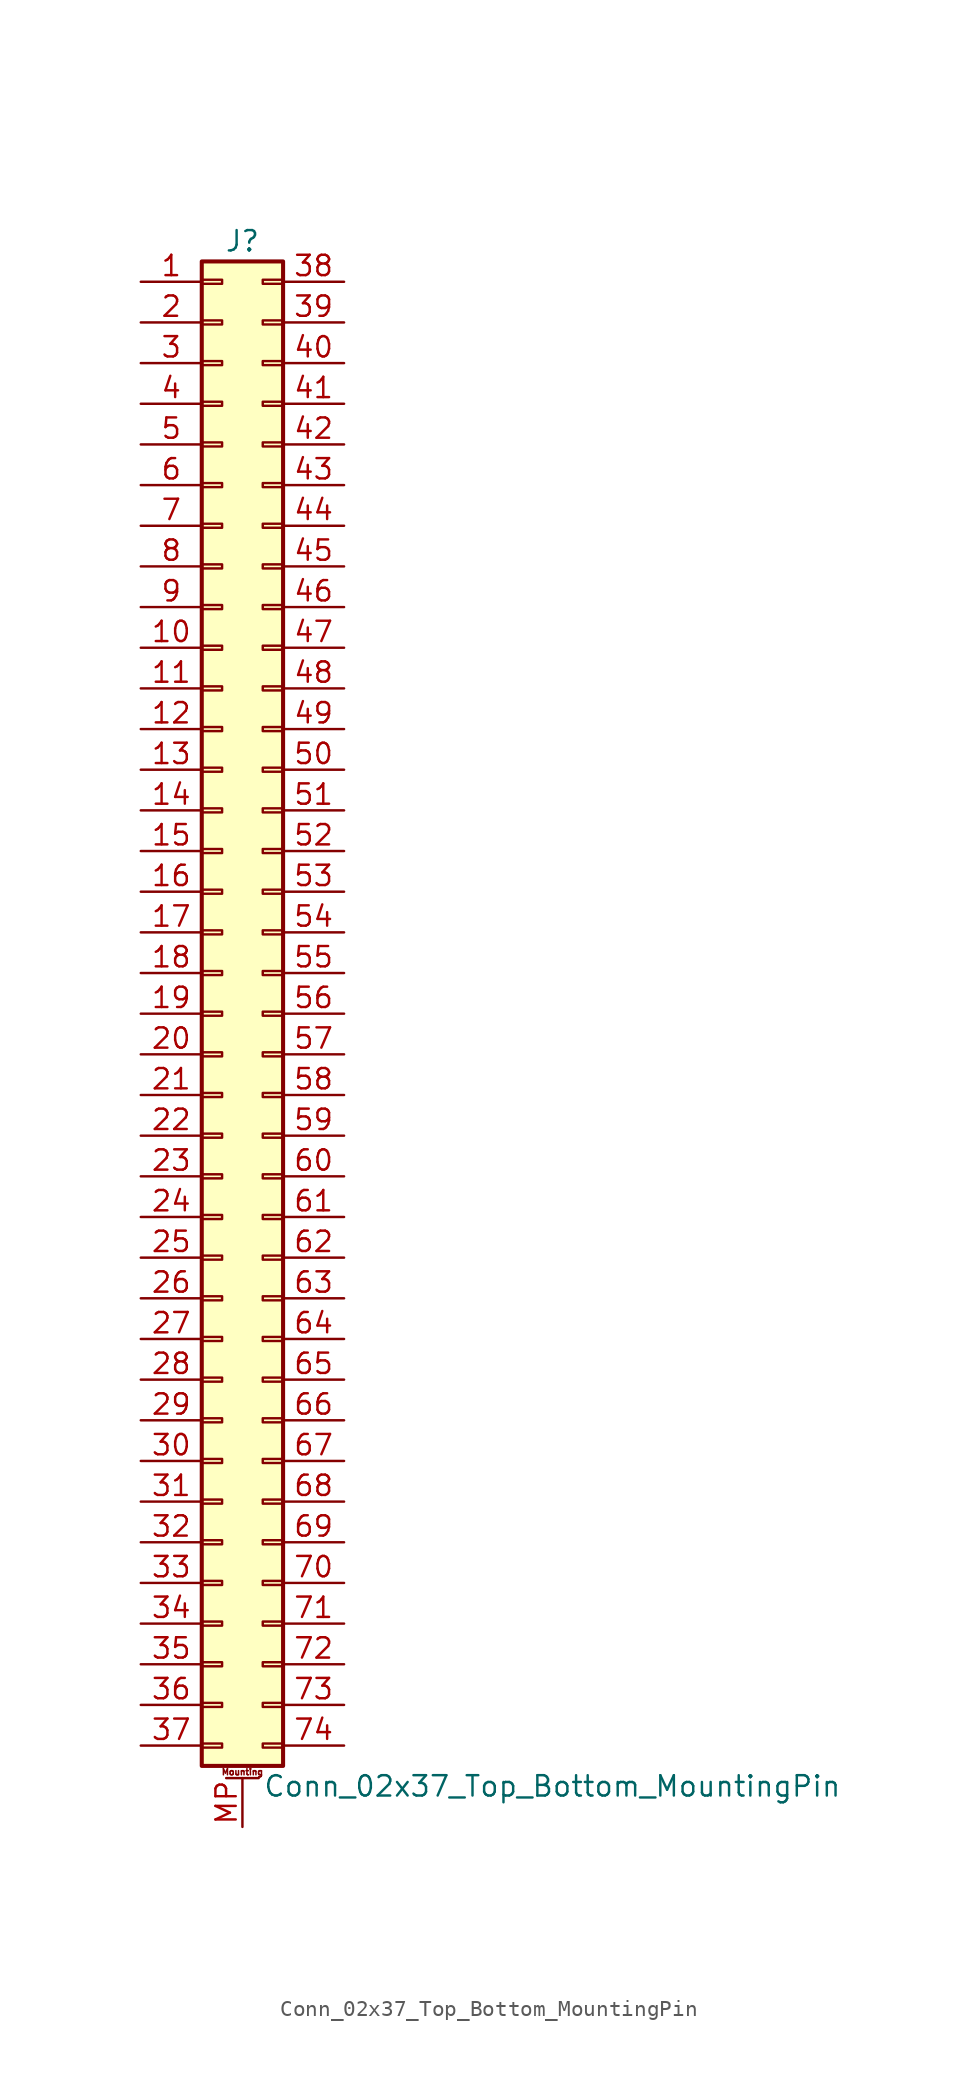
<source format=kicad_sym>
(kicad_symbol_lib
  (version 20211014)
  (generator kicad_symbol_editor)
  (symbol "Conn_02x37_Top_Bottom_MountingPin"
    (pin_names
      (offset 1.016) hide)
    (property "Reference" "J"
      (at 1.27 48.26 0)
      (effects (font (size 1.27 1.27))))
    (property "Value" "Conn_02x37_Top_Bottom_MountingPin"
      (at 2.54 -48.26 0)
      (effects (font (size 1.27 1.27)) (justify left)))
    (symbol "Conn_02x37_Top_Bottom_MountingPin_1_1"
      (rectangle (start -1.27 -45.593) (end 0 -45.847) (stroke (width 0.152) (type default) (color 0 0 0 0)) (fill (type none)))
      (rectangle (start -1.27 -43.053) (end 0 -43.307) (stroke (width 0.152) (type default) (color 0 0 0 0)) (fill (type none)))
      (rectangle (start -1.27 -40.513) (end 0 -40.767) (stroke (width 0.152) (type default) (color 0 0 0 0)) (fill (type none)))
      (rectangle (start -1.27 -37.973) (end 0 -38.227) (stroke (width 0.152) (type default) (color 0 0 0 0)) (fill (type none)))
      (rectangle (start -1.27 -35.433) (end 0 -35.687) (stroke (width 0.152) (type default) (color 0 0 0 0)) (fill (type none)))
      (rectangle (start -1.27 -32.893) (end 0 -33.147) (stroke (width 0.152) (type default) (color 0 0 0 0)) (fill (type none)))
      (rectangle (start -1.27 -30.353) (end 0 -30.607) (stroke (width 0.152) (type default) (color 0 0 0 0)) (fill (type none)))
      (rectangle (start -1.27 -27.813) (end 0 -28.067) (stroke (width 0.152) (type default) (color 0 0 0 0)) (fill (type none)))
      (rectangle (start -1.27 -25.273) (end 0 -25.527) (stroke (width 0.152) (type default) (color 0 0 0 0)) (fill (type none)))
      (rectangle (start -1.27 -22.733) (end 0 -22.987) (stroke (width 0.152) (type default) (color 0 0 0 0)) (fill (type none)))
      (rectangle (start -1.27 -20.193) (end 0 -20.447) (stroke (width 0.152) (type default) (color 0 0 0 0)) (fill (type none)))
      (rectangle (start -1.27 -17.653) (end 0 -17.907) (stroke (width 0.152) (type default) (color 0 0 0 0)) (fill (type none)))
      (rectangle (start -1.27 -15.113) (end 0 -15.367) (stroke (width 0.152) (type default) (color 0 0 0 0)) (fill (type none)))
      (rectangle (start -1.27 -12.573) (end 0 -12.827) (stroke (width 0.152) (type default) (color 0 0 0 0)) (fill (type none)))
      (rectangle (start -1.27 -10.033) (end 0 -10.287) (stroke (width 0.152) (type default) (color 0 0 0 0)) (fill (type none)))
      (rectangle (start -1.27 -7.493) (end 0 -7.747) (stroke (width 0.152) (type default) (color 0 0 0 0)) (fill (type none)))
      (rectangle (start -1.27 -4.953) (end 0 -5.207) (stroke (width 0.152) (type default) (color 0 0 0 0)) (fill (type none)))
      (rectangle (start -1.27 -2.413) (end 0 -2.667) (stroke (width 0.152) (type default) (color 0 0 0 0)) (fill (type none)))
      (rectangle (start -1.27 0.127) (end 0 -0.127) (stroke (width 0.152) (type default) (color 0 0 0 0)) (fill (type none)))
      (rectangle (start -1.27 2.667) (end 0 2.413) (stroke (width 0.152) (type default) (color 0 0 0 0)) (fill (type none)))
      (rectangle (start -1.27 5.207) (end 0 4.953) (stroke (width 0.152) (type default) (color 0 0 0 0)) (fill (type none)))
      (rectangle (start -1.27 7.747) (end 0 7.493) (stroke (width 0.152) (type default) (color 0 0 0 0)) (fill (type none)))
      (rectangle (start -1.27 10.287) (end 0 10.033) (stroke (width 0.152) (type default) (color 0 0 0 0)) (fill (type none)))
      (rectangle (start -1.27 12.827) (end 0 12.573) (stroke (width 0.152) (type default) (color 0 0 0 0)) (fill (type none)))
      (rectangle (start -1.27 15.367) (end 0 15.113) (stroke (width 0.152) (type default) (color 0 0 0 0)) (fill (type none)))
      (rectangle (start -1.27 17.907) (end 0 17.653) (stroke (width 0.152) (type default) (color 0 0 0 0)) (fill (type none)))
      (rectangle (start -1.27 20.447) (end 0 20.193) (stroke (width 0.152) (type default) (color 0 0 0 0)) (fill (type none)))
      (rectangle (start -1.27 22.987) (end 0 22.733) (stroke (width 0.152) (type default) (color 0 0 0 0)) (fill (type none)))
      (rectangle (start -1.27 25.527) (end 0 25.273) (stroke (width 0.152) (type default) (color 0 0 0 0)) (fill (type none)))
      (rectangle (start -1.27 28.067) (end 0 27.813) (stroke (width 0.152) (type default) (color 0 0 0 0)) (fill (type none)))
      (rectangle (start -1.27 30.607) (end 0 30.353) (stroke (width 0.152) (type default) (color 0 0 0 0)) (fill (type none)))
      (rectangle (start -1.27 33.147) (end 0 32.893) (stroke (width 0.152) (type default) (color 0 0 0 0)) (fill (type none)))
      (rectangle (start -1.27 35.687) (end 0 35.433) (stroke (width 0.152) (type default) (color 0 0 0 0)) (fill (type none)))
      (rectangle (start -1.27 38.227) (end 0 37.973) (stroke (width 0.152) (type default) (color 0 0 0 0)) (fill (type none)))
      (rectangle (start -1.27 40.767) (end 0 40.513) (stroke (width 0.152) (type default) (color 0 0 0 0)) (fill (type none)))
      (rectangle (start -1.27 43.307) (end 0 43.053) (stroke (width 0.152) (type default) (color 0 0 0 0)) (fill (type none)))
      (rectangle (start -1.27 45.847) (end 0 45.593) (stroke (width 0.152) (type default) (color 0 0 0 0)) (fill (type none)))
      (rectangle (start -1.27 46.99) (end 3.81 -46.99) (stroke (width 0.254) (type default) (color 0 0 0 0)) (fill (type background)))
      (polyline (pts (xy 0.254 -47.752) (xy 2.286 -47.752)) (stroke (width 0.152) (type default) (color 0 0 0 0)) (fill (type none)))
      (rectangle (start 3.81 -45.593) (end 2.54 -45.847) (stroke (width 0.152) (type default) (color 0 0 0 0)) (fill (type none)))
      (rectangle (start 3.81 -43.053) (end 2.54 -43.307) (stroke (width 0.152) (type default) (color 0 0 0 0)) (fill (type none)))
      (rectangle (start 3.81 -40.513) (end 2.54 -40.767) (stroke (width 0.152) (type default) (color 0 0 0 0)) (fill (type none)))
      (rectangle (start 3.81 -37.973) (end 2.54 -38.227) (stroke (width 0.152) (type default) (color 0 0 0 0)) (fill (type none)))
      (rectangle (start 3.81 -35.433) (end 2.54 -35.687) (stroke (width 0.152) (type default) (color 0 0 0 0)) (fill (type none)))
      (rectangle (start 3.81 -32.893) (end 2.54 -33.147) (stroke (width 0.152) (type default) (color 0 0 0 0)) (fill (type none)))
      (rectangle (start 3.81 -30.353) (end 2.54 -30.607) (stroke (width 0.152) (type default) (color 0 0 0 0)) (fill (type none)))
      (rectangle (start 3.81 -27.813) (end 2.54 -28.067) (stroke (width 0.152) (type default) (color 0 0 0 0)) (fill (type none)))
      (rectangle (start 3.81 -25.273) (end 2.54 -25.527) (stroke (width 0.152) (type default) (color 0 0 0 0)) (fill (type none)))
      (rectangle (start 3.81 -22.733) (end 2.54 -22.987) (stroke (width 0.152) (type default) (color 0 0 0 0)) (fill (type none)))
      (rectangle (start 3.81 -20.193) (end 2.54 -20.447) (stroke (width 0.152) (type default) (color 0 0 0 0)) (fill (type none)))
      (rectangle (start 3.81 -17.653) (end 2.54 -17.907) (stroke (width 0.152) (type default) (color 0 0 0 0)) (fill (type none)))
      (rectangle (start 3.81 -15.113) (end 2.54 -15.367) (stroke (width 0.152) (type default) (color 0 0 0 0)) (fill (type none)))
      (rectangle (start 3.81 -12.573) (end 2.54 -12.827) (stroke (width 0.152) (type default) (color 0 0 0 0)) (fill (type none)))
      (rectangle (start 3.81 -10.033) (end 2.54 -10.287) (stroke (width 0.152) (type default) (color 0 0 0 0)) (fill (type none)))
      (rectangle (start 3.81 -7.493) (end 2.54 -7.747) (stroke (width 0.152) (type default) (color 0 0 0 0)) (fill (type none)))
      (rectangle (start 3.81 -4.953) (end 2.54 -5.207) (stroke (width 0.152) (type default) (color 0 0 0 0)) (fill (type none)))
      (rectangle (start 3.81 -2.413) (end 2.54 -2.667) (stroke (width 0.152) (type default) (color 0 0 0 0)) (fill (type none)))
      (rectangle (start 3.81 0.127) (end 2.54 -0.127) (stroke (width 0.152) (type default) (color 0 0 0 0)) (fill (type none)))
      (rectangle (start 3.81 2.667) (end 2.54 2.413) (stroke (width 0.152) (type default) (color 0 0 0 0)) (fill (type none)))
      (rectangle (start 3.81 5.207) (end 2.54 4.953) (stroke (width 0.152) (type default) (color 0 0 0 0)) (fill (type none)))
      (rectangle (start 3.81 7.747) (end 2.54 7.493) (stroke (width 0.152) (type default) (color 0 0 0 0)) (fill (type none)))
      (rectangle (start 3.81 10.287) (end 2.54 10.033) (stroke (width 0.152) (type default) (color 0 0 0 0)) (fill (type none)))
      (rectangle (start 3.81 12.827) (end 2.54 12.573) (stroke (width 0.152) (type default) (color 0 0 0 0)) (fill (type none)))
      (rectangle (start 3.81 15.367) (end 2.54 15.113) (stroke (width 0.152) (type default) (color 0 0 0 0)) (fill (type none)))
      (rectangle (start 3.81 17.907) (end 2.54 17.653) (stroke (width 0.152) (type default) (color 0 0 0 0)) (fill (type none)))
      (rectangle (start 3.81 20.447) (end 2.54 20.193) (stroke (width 0.152) (type default) (color 0 0 0 0)) (fill (type none)))
      (rectangle (start 3.81 22.987) (end 2.54 22.733) (stroke (width 0.152) (type default) (color 0 0 0 0)) (fill (type none)))
      (rectangle (start 3.81 25.527) (end 2.54 25.273) (stroke (width 0.152) (type default) (color 0 0 0 0)) (fill (type none)))
      (rectangle (start 3.81 28.067) (end 2.54 27.813) (stroke (width 0.152) (type default) (color 0 0 0 0)) (fill (type none)))
      (rectangle (start 3.81 30.607) (end 2.54 30.353) (stroke (width 0.152) (type default) (color 0 0 0 0)) (fill (type none)))
      (rectangle (start 3.81 33.147) (end 2.54 32.893) (stroke (width 0.152) (type default) (color 0 0 0 0)) (fill (type none)))
      (rectangle (start 3.81 35.687) (end 2.54 35.433) (stroke (width 0.152) (type default) (color 0 0 0 0)) (fill (type none)))
      (rectangle (start 3.81 38.227) (end 2.54 37.973) (stroke (width 0.152) (type default) (color 0 0 0 0)) (fill (type none)))
      (rectangle (start 3.81 40.767) (end 2.54 40.513) (stroke (width 0.152) (type default) (color 0 0 0 0)) (fill (type none)))
      (rectangle (start 3.81 43.307) (end 2.54 43.053) (stroke (width 0.152) (type default) (color 0 0 0 0)) (fill (type none)))
      (rectangle (start 3.81 45.847) (end 2.54 45.593) (stroke (width 0.152) (type default) (color 0 0 0 0)) (fill (type none)))
      (text "Mounting" (at 1.27 -47.371 0) (effects (font (size 0.381 0.381))))
      (pin passive line (at -5.08 45.72 0) (length 3.81) (name "Pin_1" (effects (font (size 1.27 1.27)))) (number "1" (effects (font (size 1.27 1.27)))))
      (pin passive line (at -5.08 22.86 0) (length 3.81) (name "Pin_10" (effects (font (size 1.27 1.27)))) (number "10" (effects (font (size 1.27 1.27)))))
      (pin passive line (at -5.08 20.32 0) (length 3.81) (name "Pin_11" (effects (font (size 1.27 1.27)))) (number "11" (effects (font (size 1.27 1.27)))))
      (pin passive line (at -5.08 17.78 0) (length 3.81) (name "Pin_12" (effects (font (size 1.27 1.27)))) (number "12" (effects (font (size 1.27 1.27)))))
      (pin passive line (at -5.08 15.24 0) (length 3.81) (name "Pin_13" (effects (font (size 1.27 1.27)))) (number "13" (effects (font (size 1.27 1.27)))))
      (pin passive line (at -5.08 12.7 0) (length 3.81) (name "Pin_14" (effects (font (size 1.27 1.27)))) (number "14" (effects (font (size 1.27 1.27)))))
      (pin passive line (at -5.08 10.16 0) (length 3.81) (name "Pin_15" (effects (font (size 1.27 1.27)))) (number "15" (effects (font (size 1.27 1.27)))))
      (pin passive line (at -5.08 7.62 0) (length 3.81) (name "Pin_16" (effects (font (size 1.27 1.27)))) (number "16" (effects (font (size 1.27 1.27)))))
      (pin passive line (at -5.08 5.08 0) (length 3.81) (name "Pin_17" (effects (font (size 1.27 1.27)))) (number "17" (effects (font (size 1.27 1.27)))))
      (pin passive line (at -5.08 2.54 0) (length 3.81) (name "Pin_18" (effects (font (size 1.27 1.27)))) (number "18" (effects (font (size 1.27 1.27)))))
      (pin passive line (at -5.08 0 0) (length 3.81) (name "Pin_19" (effects (font (size 1.27 1.27)))) (number "19" (effects (font (size 1.27 1.27)))))
      (pin passive line (at -5.08 43.18 0) (length 3.81) (name "Pin_2" (effects (font (size 1.27 1.27)))) (number "2" (effects (font (size 1.27 1.27)))))
      (pin passive line (at -5.08 -2.54 0) (length 3.81) (name "Pin_20" (effects (font (size 1.27 1.27)))) (number "20" (effects (font (size 1.27 1.27)))))
      (pin passive line (at -5.08 -5.08 0) (length 3.81) (name "Pin_21" (effects (font (size 1.27 1.27)))) (number "21" (effects (font (size 1.27 1.27)))))
      (pin passive line (at -5.08 -7.62 0) (length 3.81) (name "Pin_22" (effects (font (size 1.27 1.27)))) (number "22" (effects (font (size 1.27 1.27)))))
      (pin passive line (at -5.08 -10.16 0) (length 3.81) (name "Pin_23" (effects (font (size 1.27 1.27)))) (number "23" (effects (font (size 1.27 1.27)))))
      (pin passive line (at -5.08 -12.7 0) (length 3.81) (name "Pin_24" (effects (font (size 1.27 1.27)))) (number "24" (effects (font (size 1.27 1.27)))))
      (pin passive line (at -5.08 -15.24 0) (length 3.81) (name "Pin_25" (effects (font (size 1.27 1.27)))) (number "25" (effects (font (size 1.27 1.27)))))
      (pin passive line (at -5.08 -17.78 0) (length 3.81) (name "Pin_26" (effects (font (size 1.27 1.27)))) (number "26" (effects (font (size 1.27 1.27)))))
      (pin passive line (at -5.08 -20.32 0) (length 3.81) (name "Pin_27" (effects (font (size 1.27 1.27)))) (number "27" (effects (font (size 1.27 1.27)))))
      (pin passive line (at -5.08 -22.86 0) (length 3.81) (name "Pin_28" (effects (font (size 1.27 1.27)))) (number "28" (effects (font (size 1.27 1.27)))))
      (pin passive line (at -5.08 -25.4 0) (length 3.81) (name "Pin_29" (effects (font (size 1.27 1.27)))) (number "29" (effects (font (size 1.27 1.27)))))
      (pin passive line (at -5.08 40.64 0) (length 3.81) (name "Pin_3" (effects (font (size 1.27 1.27)))) (number "3" (effects (font (size 1.27 1.27)))))
      (pin passive line (at -5.08 -27.94 0) (length 3.81) (name "Pin_30" (effects (font (size 1.27 1.27)))) (number "30" (effects (font (size 1.27 1.27)))))
      (pin passive line (at -5.08 -30.48 0) (length 3.81) (name "Pin_31" (effects (font (size 1.27 1.27)))) (number "31" (effects (font (size 1.27 1.27)))))
      (pin passive line (at -5.08 -33.02 0) (length 3.81) (name "Pin_32" (effects (font (size 1.27 1.27)))) (number "32" (effects (font (size 1.27 1.27)))))
      (pin passive line (at -5.08 -35.56 0) (length 3.81) (name "Pin_33" (effects (font (size 1.27 1.27)))) (number "33" (effects (font (size 1.27 1.27)))))
      (pin passive line (at -5.08 -38.1 0) (length 3.81) (name "Pin_34" (effects (font (size 1.27 1.27)))) (number "34" (effects (font (size 1.27 1.27)))))
      (pin passive line (at -5.08 -40.64 0) (length 3.81) (name "Pin_35" (effects (font (size 1.27 1.27)))) (number "35" (effects (font (size 1.27 1.27)))))
      (pin passive line (at -5.08 -43.18 0) (length 3.81) (name "Pin_36" (effects (font (size 1.27 1.27)))) (number "36" (effects (font (size 1.27 1.27)))))
      (pin passive line (at -5.08 -45.72 0) (length 3.81) (name "Pin_37" (effects (font (size 1.27 1.27)))) (number "37" (effects (font (size 1.27 1.27)))))
      (pin passive line (at 7.62 45.72 180) (length 3.81) (name "Pin_38" (effects (font (size 1.27 1.27)))) (number "38" (effects (font (size 1.27 1.27)))))
      (pin passive line (at 7.62 43.18 180) (length 3.81) (name "Pin_39" (effects (font (size 1.27 1.27)))) (number "39" (effects (font (size 1.27 1.27)))))
      (pin passive line (at -5.08 38.1 0) (length 3.81) (name "Pin_4" (effects (font (size 1.27 1.27)))) (number "4" (effects (font (size 1.27 1.27)))))
      (pin passive line (at 7.62 40.64 180) (length 3.81) (name "Pin_40" (effects (font (size 1.27 1.27)))) (number "40" (effects (font (size 1.27 1.27)))))
      (pin passive line (at 7.62 38.1 180) (length 3.81) (name "Pin_41" (effects (font (size 1.27 1.27)))) (number "41" (effects (font (size 1.27 1.27)))))
      (pin passive line (at 7.62 35.56 180) (length 3.81) (name "Pin_42" (effects (font (size 1.27 1.27)))) (number "42" (effects (font (size 1.27 1.27)))))
      (pin passive line (at 7.62 33.02 180) (length 3.81) (name "Pin_43" (effects (font (size 1.27 1.27)))) (number "43" (effects (font (size 1.27 1.27)))))
      (pin passive line (at 7.62 30.48 180) (length 3.81) (name "Pin_44" (effects (font (size 1.27 1.27)))) (number "44" (effects (font (size 1.27 1.27)))))
      (pin passive line (at 7.62 27.94 180) (length 3.81) (name "Pin_45" (effects (font (size 1.27 1.27)))) (number "45" (effects (font (size 1.27 1.27)))))
      (pin passive line (at 7.62 25.4 180) (length 3.81) (name "Pin_46" (effects (font (size 1.27 1.27)))) (number "46" (effects (font (size 1.27 1.27)))))
      (pin passive line (at 7.62 22.86 180) (length 3.81) (name "Pin_47" (effects (font (size 1.27 1.27)))) (number "47" (effects (font (size 1.27 1.27)))))
      (pin passive line (at 7.62 20.32 180) (length 3.81) (name "Pin_48" (effects (font (size 1.27 1.27)))) (number "48" (effects (font (size 1.27 1.27)))))
      (pin passive line (at 7.62 17.78 180) (length 3.81) (name "Pin_49" (effects (font (size 1.27 1.27)))) (number "49" (effects (font (size 1.27 1.27)))))
      (pin passive line (at -5.08 35.56 0) (length 3.81) (name "Pin_5" (effects (font (size 1.27 1.27)))) (number "5" (effects (font (size 1.27 1.27)))))
      (pin passive line (at 7.62 15.24 180) (length 3.81) (name "Pin_50" (effects (font (size 1.27 1.27)))) (number "50" (effects (font (size 1.27 1.27)))))
      (pin passive line (at 7.62 12.7 180) (length 3.81) (name "Pin_51" (effects (font (size 1.27 1.27)))) (number "51" (effects (font (size 1.27 1.27)))))
      (pin passive line (at 7.62 10.16 180) (length 3.81) (name "Pin_52" (effects (font (size 1.27 1.27)))) (number "52" (effects (font (size 1.27 1.27)))))
      (pin passive line (at 7.62 7.62 180) (length 3.81) (name "Pin_53" (effects (font (size 1.27 1.27)))) (number "53" (effects (font (size 1.27 1.27)))))
      (pin passive line (at 7.62 5.08 180) (length 3.81) (name "Pin_54" (effects (font (size 1.27 1.27)))) (number "54" (effects (font (size 1.27 1.27)))))
      (pin passive line (at 7.62 2.54 180) (length 3.81) (name "Pin_55" (effects (font (size 1.27 1.27)))) (number "55" (effects (font (size 1.27 1.27)))))
      (pin passive line (at 7.62 0 180) (length 3.81) (name "Pin_56" (effects (font (size 1.27 1.27)))) (number "56" (effects (font (size 1.27 1.27)))))
      (pin passive line (at 7.62 -2.54 180) (length 3.81) (name "Pin_57" (effects (font (size 1.27 1.27)))) (number "57" (effects (font (size 1.27 1.27)))))
      (pin passive line (at 7.62 -5.08 180) (length 3.81) (name "Pin_58" (effects (font (size 1.27 1.27)))) (number "58" (effects (font (size 1.27 1.27)))))
      (pin passive line (at 7.62 -7.62 180) (length 3.81) (name "Pin_59" (effects (font (size 1.27 1.27)))) (number "59" (effects (font (size 1.27 1.27)))))
      (pin passive line (at -5.08 33.02 0) (length 3.81) (name "Pin_6" (effects (font (size 1.27 1.27)))) (number "6" (effects (font (size 1.27 1.27)))))
      (pin passive line (at 7.62 -10.16 180) (length 3.81) (name "Pin_60" (effects (font (size 1.27 1.27)))) (number "60" (effects (font (size 1.27 1.27)))))
      (pin passive line (at 7.62 -12.7 180) (length 3.81) (name "Pin_61" (effects (font (size 1.27 1.27)))) (number "61" (effects (font (size 1.27 1.27)))))
      (pin passive line (at 7.62 -15.24 180) (length 3.81) (name "Pin_62" (effects (font (size 1.27 1.27)))) (number "62" (effects (font (size 1.27 1.27)))))
      (pin passive line (at 7.62 -17.78 180) (length 3.81) (name "Pin_63" (effects (font (size 1.27 1.27)))) (number "63" (effects (font (size 1.27 1.27)))))
      (pin passive line (at 7.62 -20.32 180) (length 3.81) (name "Pin_64" (effects (font (size 1.27 1.27)))) (number "64" (effects (font (size 1.27 1.27)))))
      (pin passive line (at 7.62 -22.86 180) (length 3.81) (name "Pin_65" (effects (font (size 1.27 1.27)))) (number "65" (effects (font (size 1.27 1.27)))))
      (pin passive line (at 7.62 -25.4 180) (length 3.81) (name "Pin_66" (effects (font (size 1.27 1.27)))) (number "66" (effects (font (size 1.27 1.27)))))
      (pin passive line (at 7.62 -27.94 180) (length 3.81) (name "Pin_67" (effects (font (size 1.27 1.27)))) (number "67" (effects (font (size 1.27 1.27)))))
      (pin passive line (at 7.62 -30.48 180) (length 3.81) (name "Pin_68" (effects (font (size 1.27 1.27)))) (number "68" (effects (font (size 1.27 1.27)))))
      (pin passive line (at 7.62 -33.02 180) (length 3.81) (name "Pin_69" (effects (font (size 1.27 1.27)))) (number "69" (effects (font (size 1.27 1.27)))))
      (pin passive line (at -5.08 30.48 0) (length 3.81) (name "Pin_7" (effects (font (size 1.27 1.27)))) (number "7" (effects (font (size 1.27 1.27)))))
      (pin passive line (at 7.62 -35.56 180) (length 3.81) (name "Pin_70" (effects (font (size 1.27 1.27)))) (number "70" (effects (font (size 1.27 1.27)))))
      (pin passive line (at 7.62 -38.1 180) (length 3.81) (name "Pin_71" (effects (font (size 1.27 1.27)))) (number "71" (effects (font (size 1.27 1.27)))))
      (pin passive line (at 7.62 -40.64 180) (length 3.81) (name "Pin_72" (effects (font (size 1.27 1.27)))) (number "72" (effects (font (size 1.27 1.27)))))
      (pin passive line (at 7.62 -43.18 180) (length 3.81) (name "Pin_73" (effects (font (size 1.27 1.27)))) (number "73" (effects (font (size 1.27 1.27)))))
      (pin passive line (at 7.62 -45.72 180) (length 3.81) (name "Pin_74" (effects (font (size 1.27 1.27)))) (number "74" (effects (font (size 1.27 1.27)))))
      (pin passive line (at -5.08 27.94 0) (length 3.81) (name "Pin_8" (effects (font (size 1.27 1.27)))) (number "8" (effects (font (size 1.27 1.27)))))
      (pin passive line (at -5.08 25.4 0) (length 3.81) (name "Pin_9" (effects (font (size 1.27 1.27)))) (number "9" (effects (font (size 1.27 1.27)))))
      (pin passive line (at 1.27 -50.8 90) (length 3.048) (name "MountPin" (effects (font (size 1.27 1.27)))) (number "MP" (effects (font (size 1.27 1.27))))))))
</source>
